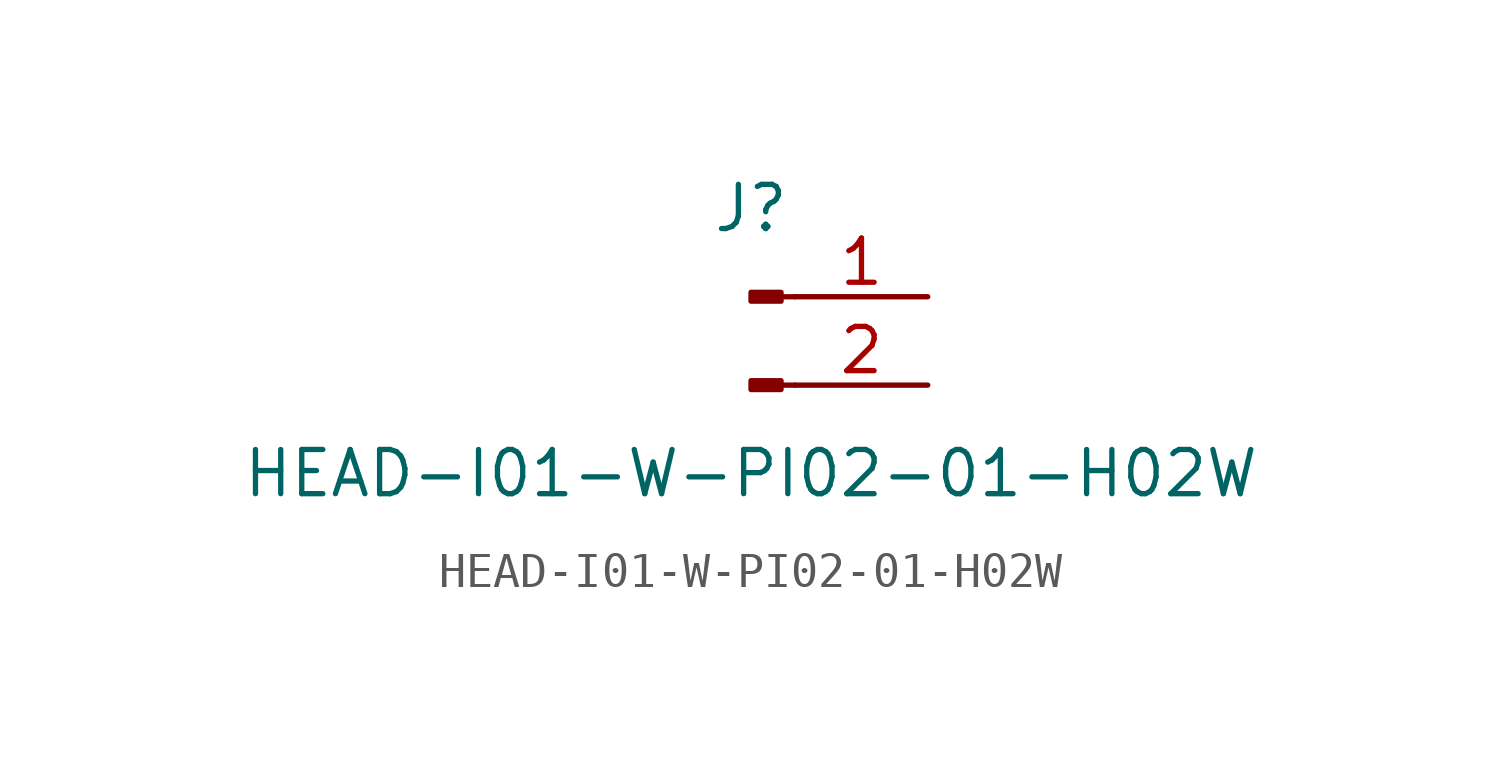
<source format=kicad_sym>
(kicad_symbol_lib
  (version 20211014)
  (generator kicad_symbol_editor)
  (symbol "HEAD-I01-W-PI02-01-H02W"
    (pin_names
      (offset 1.016) hide)
    (property "Reference" "J"
      (at 0 2.54 0)
      (effects (font (size 1.27 1.27))))
    (property "Value" "HEAD-I01-W-PI02-01-H02W"
      (at 0 -5.08 0)
      (effects (font (size 1.27 1.27))))
    (symbol "HEAD-I01-W-PI02-01-H02W_1_1"
      (polyline (pts (xy 1.27 -2.54) (xy 0.864 -2.54)) (stroke (width 0.152) (type default) (color 0 0 0 0)) (fill (type none)))
      (polyline (pts (xy 1.27 0) (xy 0.864 0)) (stroke (width 0.152) (type default) (color 0 0 0 0)) (fill (type none)))
      (rectangle (start 0.864 -2.413) (end 0 -2.667) (stroke (width 0.152) (type default) (color 0 0 0 0)) (fill (type outline)))
      (rectangle (start 0.864 0.127) (end 0 -0.127) (stroke (width 0.152) (type default) (color 0 0 0 0)) (fill (type outline)))
      (pin passive line (at 5.08 0 180) (length 3.81) (name "Pin_1" (effects (font (size 1.27 1.27)))) (number "1" (effects (font (size 1.27 1.27)))))
      (pin passive line (at 5.08 -2.54 180) (length 3.81) (name "Pin_2" (effects (font (size 1.27 1.27)))) (number "2" (effects (font (size 1.27 1.27))))))))
</source>
